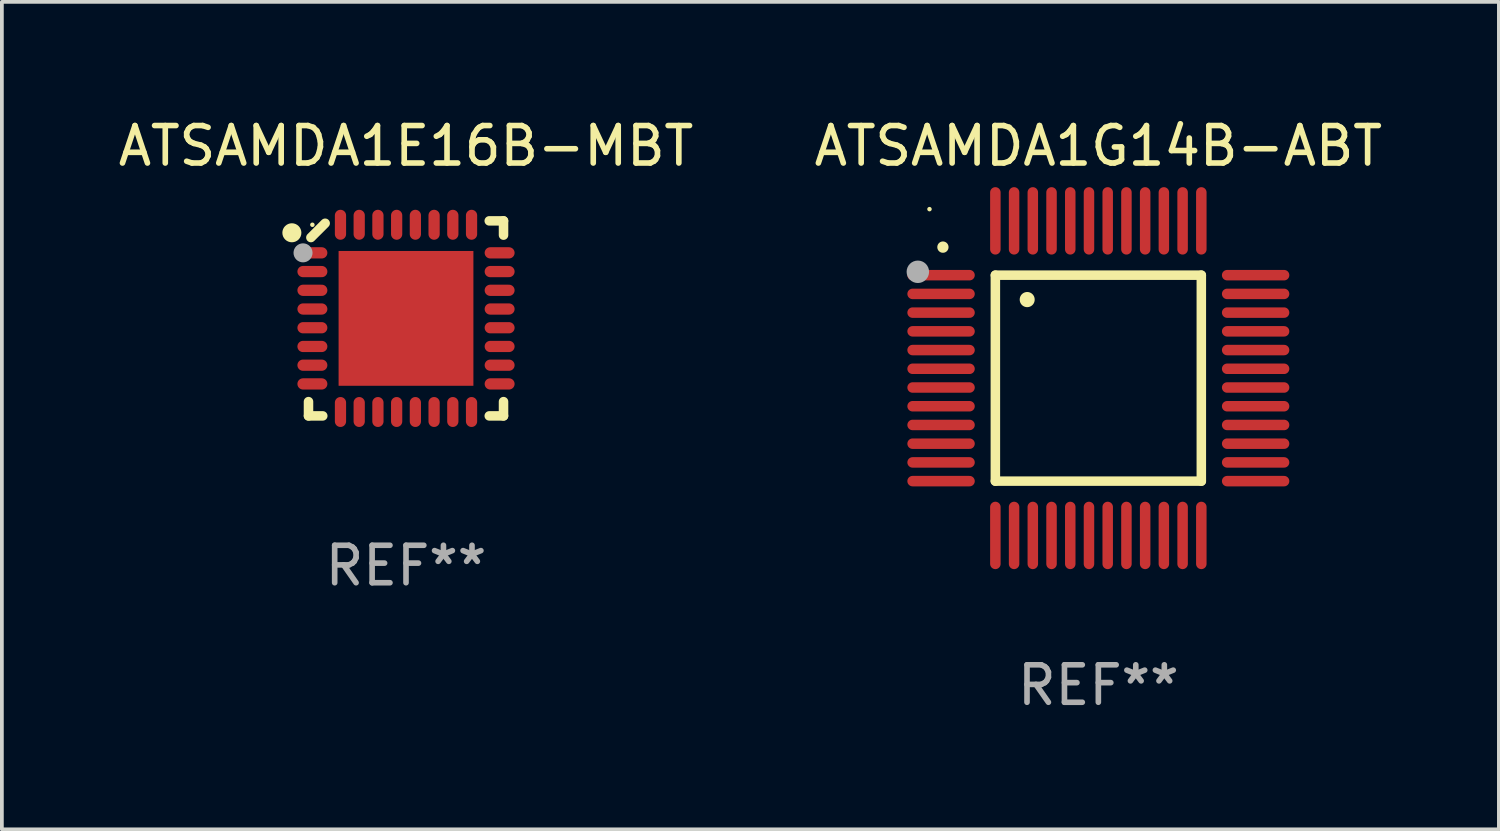
<source format=kicad_pcb>
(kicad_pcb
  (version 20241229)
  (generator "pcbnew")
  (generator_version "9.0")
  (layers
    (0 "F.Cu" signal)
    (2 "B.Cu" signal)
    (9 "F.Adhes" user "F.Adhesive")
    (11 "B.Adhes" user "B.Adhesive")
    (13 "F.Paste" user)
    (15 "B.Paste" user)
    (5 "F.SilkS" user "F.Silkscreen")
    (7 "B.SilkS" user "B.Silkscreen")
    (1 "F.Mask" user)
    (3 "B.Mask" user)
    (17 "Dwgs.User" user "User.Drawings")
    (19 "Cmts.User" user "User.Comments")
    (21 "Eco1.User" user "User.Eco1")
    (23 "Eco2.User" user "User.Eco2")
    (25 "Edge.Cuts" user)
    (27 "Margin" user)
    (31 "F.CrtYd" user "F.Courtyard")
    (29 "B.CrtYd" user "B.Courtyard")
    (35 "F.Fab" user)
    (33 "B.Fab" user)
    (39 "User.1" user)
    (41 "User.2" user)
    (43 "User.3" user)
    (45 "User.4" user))
  (footprint "ATSAMDA1G14B-ABT"
    (layer "F.Cu")
    (at 26.28 7.048)
    (property "Reference" "ATSAMDA1G14B-ABT" (at 0 -6.2 0) (layer "F.SilkS") (effects (font (size 1 1) (thickness 0.15))))
    (attr through_hole)
    (fp_line (start -2.75 -2.75) (end 2.75 -2.75) (stroke (width 0.254) (type solid)) (layer "F.SilkS"))
    (fp_line (start -2.75 2.75) (end -2.75 -2.75) (stroke (width 0.254) (type solid)) (layer "F.SilkS"))
    (fp_line (start 2.75 -2.75) (end 2.75 2.75) (stroke (width 0.254) (type solid)) (layer "F.SilkS"))
    (fp_line (start 2.75 2.75) (end -2.75 2.75) (stroke (width 0.254) (type solid)) (layer "F.SilkS"))
    (fp_arc (start -4.150368 -3.497587) (mid -4.150373 -3.498857) (end -4.150368 -3.500127) (stroke (width 0.3) (type solid)) (layer "F.SilkS"))
    (fp_arc (start -1.899924 -2.095504) (mid -1.89994 -2.098044) (end -1.899924 -2.100584) (stroke (width 0.4) (type solid)) (layer "F.SilkS"))
    (fp_circle (center -4.509 -4.513) (end -4.479 -4.513) (stroke (width 0.06) (type solid)) (fill no) (layer "F.SilkS"))
    (fp_circle (center -4.82 -2.84) (end -4.67 -2.84) (stroke (width 0.3) (type solid)) (fill no) (layer "F.Fab"))
    (fp_text user "REF**" (at 0 8.2 0) (layer "F.Fab") (effects (font (size 1 1) (thickness 0.15))))
    (pad "1" smd oval (at -4.2 -2.75 90) (size 0.28 1.8) (layers "F.Cu" "F.Mask" "F.Paste"))
    (pad "2" smd oval (at -4.2 -2.25 90) (size 0.28 1.8) (layers "F.Cu" "F.Mask" "F.Paste"))
    (pad "3" smd oval (at -4.2 -1.75 90) (size 0.28 1.8) (layers "F.Cu" "F.Mask" "F.Paste"))
    (pad "4" smd oval (at -4.2 -1.25 90) (size 0.28 1.8) (layers "F.Cu" "F.Mask" "F.Paste"))
    (pad "5" smd oval (at -4.2 -0.75 90) (size 0.28 1.8) (layers "F.Cu" "F.Mask" "F.Paste"))
    (pad "6" smd oval (at -4.2 -0.25 90) (size 0.28 1.8) (layers "F.Cu" "F.Mask" "F.Paste"))
    (pad "7" smd oval (at -4.2 0.25 90) (size 0.28 1.8) (layers "F.Cu" "F.Mask" "F.Paste"))
    (pad "8" smd oval (at -4.2 0.75 90) (size 0.28 1.8) (layers "F.Cu" "F.Mask" "F.Paste"))
    (pad "9" smd oval (at -4.2 1.25 90) (size 0.28 1.8) (layers "F.Cu" "F.Mask" "F.Paste"))
    (pad "10" smd oval (at -4.2 1.75 90) (size 0.28 1.8) (layers "F.Cu" "F.Mask" "F.Paste"))
    (pad "11" smd oval (at -4.2 2.25 90) (size 0.28 1.8) (layers "F.Cu" "F.Mask" "F.Paste"))
    (pad "12" smd oval (at -4.2 2.75 90) (size 0.28 1.8) (layers "F.Cu" "F.Mask" "F.Paste"))
    (pad "13" smd oval (at -2.75 4.2) (size 0.28 1.8) (layers "F.Cu" "F.Mask" "F.Paste"))
    (pad "14" smd oval (at -2.25 4.2) (size 0.28 1.8) (layers "F.Cu" "F.Mask" "F.Paste"))
    (pad "15" smd oval (at -1.75 4.2) (size 0.28 1.8) (layers "F.Cu" "F.Mask" "F.Paste"))
    (pad "16" smd oval (at -1.25 4.2) (size 0.28 1.8) (layers "F.Cu" "F.Mask" "F.Paste"))
    (pad "17" smd oval (at -0.75 4.2) (size 0.28 1.8) (layers "F.Cu" "F.Mask" "F.Paste"))
    (pad "18" smd oval (at -0.25 4.2) (size 0.28 1.8) (layers "F.Cu" "F.Mask" "F.Paste"))
    (pad "19" smd oval (at 0.25 4.2) (size 0.28 1.8) (layers "F.Cu" "F.Mask" "F.Paste"))
    (pad "20" smd oval (at 0.75 4.2) (size 0.28 1.8) (layers "F.Cu" "F.Mask" "F.Paste"))
    (pad "21" smd oval (at 1.25 4.2) (size 0.28 1.8) (layers "F.Cu" "F.Mask" "F.Paste"))
    (pad "22" smd oval (at 1.75 4.2) (size 0.28 1.8) (layers "F.Cu" "F.Mask" "F.Paste"))
    (pad "23" smd oval (at 2.25 4.2) (size 0.28 1.8) (layers "F.Cu" "F.Mask" "F.Paste"))
    (pad "24" smd oval (at 2.75 4.2) (size 0.28 1.8) (layers "F.Cu" "F.Mask" "F.Paste"))
    (pad "25" smd oval (at 4.2 2.75 90) (size 0.28 1.8) (layers "F.Cu" "F.Mask" "F.Paste"))
    (pad "26" smd oval (at 4.2 2.25 90) (size 0.28 1.8) (layers "F.Cu" "F.Mask" "F.Paste"))
    (pad "27" smd oval (at 4.2 1.75 90) (size 0.28 1.8) (layers "F.Cu" "F.Mask" "F.Paste"))
    (pad "28" smd oval (at 4.2 1.25 90) (size 0.28 1.8) (layers "F.Cu" "F.Mask" "F.Paste"))
    (pad "29" smd oval (at 4.2 0.75 90) (size 0.28 1.8) (layers "F.Cu" "F.Mask" "F.Paste"))
    (pad "30" smd oval (at 4.2 0.25 90) (size 0.28 1.8) (layers "F.Cu" "F.Mask" "F.Paste"))
    (pad "31" smd oval (at 4.2 -0.25 90) (size 0.28 1.8) (layers "F.Cu" "F.Mask" "F.Paste"))
    (pad "32" smd oval (at 4.2 -0.75 90) (size 0.28 1.8) (layers "F.Cu" "F.Mask" "F.Paste"))
    (pad "33" smd oval (at 4.2 -1.25 90) (size 0.28 1.8) (layers "F.Cu" "F.Mask" "F.Paste"))
    (pad "34" smd oval (at 4.2 -1.75 90) (size 0.28 1.8) (layers "F.Cu" "F.Mask" "F.Paste"))
    (pad "35" smd oval (at 4.2 -2.25 90) (size 0.28 1.8) (layers "F.Cu" "F.Mask" "F.Paste"))
    (pad "36" smd oval (at 4.2 -2.75 90) (size 0.28 1.8) (layers "F.Cu" "F.Mask" "F.Paste"))
    (pad "37" smd oval (at 2.75 -4.2) (size 0.28 1.8) (layers "F.Cu" "F.Mask" "F.Paste"))
    (pad "38" smd oval (at 2.25 -4.2) (size 0.28 1.8) (layers "F.Cu" "F.Mask" "F.Paste"))
    (pad "39" smd oval (at 1.75 -4.2) (size 0.28 1.8) (layers "F.Cu" "F.Mask" "F.Paste"))
    (pad "40" smd oval (at 1.25 -4.2) (size 0.28 1.8) (layers "F.Cu" "F.Mask" "F.Paste"))
    (pad "41" smd oval (at 0.75 -4.2) (size 0.28 1.8) (layers "F.Cu" "F.Mask" "F.Paste"))
    (pad "42" smd oval (at 0.25 -4.2) (size 0.28 1.8) (layers "F.Cu" "F.Mask" "F.Paste"))
    (pad "43" smd oval (at -0.25 -4.2) (size 0.28 1.8) (layers "F.Cu" "F.Mask" "F.Paste"))
    (pad "44" smd oval (at -0.75 -4.2) (size 0.28 1.8) (layers "F.Cu" "F.Mask" "F.Paste"))
    (pad "45" smd oval (at -1.25 -4.2) (size 0.28 1.8) (layers "F.Cu" "F.Mask" "F.Paste"))
    (pad "46" smd oval (at -1.75 -4.2) (size 0.28 1.8) (layers "F.Cu" "F.Mask" "F.Paste"))
    (pad "47" smd oval (at -2.25 -4.2) (size 0.28 1.8) (layers "F.Cu" "F.Mask" "F.Paste"))
    (pad "48" smd oval (at -2.75 -4.2) (size 0.28 1.8) (layers "F.Cu" "F.Mask" "F.Paste")))
  (footprint "ATSAMDA1E16B-MBT"
    (layer "F.Cu")
    (at 7.792 5.452)
    (property "Reference" "ATSAMDA1E16B-MBT" (at 0 -4.604 0) (layer "F.SilkS") (effects (font (size 1 1) (thickness 0.15))))
    (attr through_hole)
    (fp_line (start -2.604 2.223) (end -2.604 2.604) (stroke (width 0.254) (type solid)) (layer "F.SilkS"))
    (fp_line (start -2.604 2.604) (end -2.223 2.604) (stroke (width 0.254) (type solid)) (layer "F.SilkS"))
    (fp_line (start -2.159 -2.54) (end -2.54 -2.159) (stroke (width 0.254) (type solid)) (layer "F.SilkS"))
    (fp_line (start 2.223 2.604) (end 2.604 2.604) (stroke (width 0.254) (type solid)) (layer "F.SilkS"))
    (fp_line (start 2.604 -2.604) (end 2.223 -2.604) (stroke (width 0.254) (type solid)) (layer "F.SilkS"))
    (fp_line (start 2.604 -2.223) (end 2.604 -2.604) (stroke (width 0.254) (type solid)) (layer "F.SilkS"))
    (fp_line (start 2.604 2.604) (end 2.604 2.223) (stroke (width 0.254) (type solid)) (layer "F.SilkS"))
    (fp_circle (center -3.048 -2.286) (end -2.921 -2.286) (stroke (width 0.254) (type solid)) (fill no) (layer "F.SilkS"))
    (fp_circle (center -2.5 -2.5) (end -2.47 -2.5) (stroke (width 0.06) (type solid)) (fill no) (layer "F.SilkS"))
    (fp_circle (center -2.75 -1.75) (end -2.623 -1.75) (stroke (width 0.254) (type solid)) (fill no) (layer "F.Fab"))
    (fp_text user "REF**" (at 0 6.604 0) (layer "F.Fab") (effects (font (size 1 1) (thickness 0.15))))
    (pad "1" smd oval (at -2.5 -1.75) (size 0.8 0.3) (layers "F.Cu" "F.Mask" "F.Paste"))
    (pad "2" smd oval (at -2.5 -1.25) (size 0.8 0.3) (layers "F.Cu" "F.Mask" "F.Paste"))
    (pad "3" smd oval (at -2.5 -0.75) (size 0.8 0.3) (layers "F.Cu" "F.Mask" "F.Paste"))
    (pad "4" smd oval (at -2.5 -0.25) (size 0.8 0.3) (layers "F.Cu" "F.Mask" "F.Paste"))
    (pad "5" smd oval (at -2.5 0.25) (size 0.8 0.3) (layers "F.Cu" "F.Mask" "F.Paste"))
    (pad "6" smd oval (at -2.5 0.75) (size 0.8 0.3) (layers "F.Cu" "F.Mask" "F.Paste"))
    (pad "7" smd oval (at -2.5 1.25) (size 0.8 0.3) (layers "F.Cu" "F.Mask" "F.Paste"))
    (pad "8" smd oval (at -2.5 1.75) (size 0.8 0.3) (layers "F.Cu" "F.Mask" "F.Paste"))
    (pad "9" smd oval (at -1.75 2.5) (size 0.3 0.8) (layers "F.Cu" "F.Mask" "F.Paste"))
    (pad "10" smd oval (at -1.25 2.5) (size 0.3 0.8) (layers "F.Cu" "F.Mask" "F.Paste"))
    (pad "11" smd oval (at -0.75 2.5) (size 0.3 0.8) (layers "F.Cu" "F.Mask" "F.Paste"))
    (pad "12" smd oval (at -0.25 2.5) (size 0.3 0.8) (layers "F.Cu" "F.Mask" "F.Paste"))
    (pad "13" smd oval (at 0.25 2.5) (size 0.3 0.8) (layers "F.Cu" "F.Mask" "F.Paste"))
    (pad "14" smd oval (at 0.75 2.5) (size 0.3 0.8) (layers "F.Cu" "F.Mask" "F.Paste"))
    (pad "15" smd oval (at 1.25 2.5) (size 0.3 0.8) (layers "F.Cu" "F.Mask" "F.Paste"))
    (pad "16" smd oval (at 1.75 2.5) (size 0.3 0.8) (layers "F.Cu" "F.Mask" "F.Paste"))
    (pad "17" smd oval (at 2.5 1.75) (size 0.8 0.3) (layers "F.Cu" "F.Mask" "F.Paste"))
    (pad "18" smd oval (at 2.5 1.25) (size 0.8 0.3) (layers "F.Cu" "F.Mask" "F.Paste"))
    (pad "19" smd oval (at 2.5 0.75) (size 0.8 0.3) (layers "F.Cu" "F.Mask" "F.Paste"))
    (pad "20" smd oval (at 2.5 0.25) (size 0.8 0.3) (layers "F.Cu" "F.Mask" "F.Paste"))
    (pad "21" smd oval (at 2.5 -0.25) (size 0.8 0.3) (layers "F.Cu" "F.Mask" "F.Paste"))
    (pad "22" smd oval (at 2.5 -0.75) (size 0.8 0.3) (layers "F.Cu" "F.Mask" "F.Paste"))
    (pad "23" smd oval (at 2.5 -1.25) (size 0.8 0.3) (layers "F.Cu" "F.Mask" "F.Paste"))
    (pad "24" smd oval (at 2.5 -1.75) (size 0.8 0.3) (layers "F.Cu" "F.Mask" "F.Paste"))
    (pad "25" smd oval (at 1.75 -2.5) (size 0.3 0.8) (layers "F.Cu" "F.Mask" "F.Paste"))
    (pad "26" smd oval (at 1.25 -2.5) (size 0.3 0.8) (layers "F.Cu" "F.Mask" "F.Paste"))
    (pad "27" smd oval (at 0.75 -2.5) (size 0.3 0.8) (layers "F.Cu" "F.Mask" "F.Paste"))
    (pad "28" smd oval (at 0.25 -2.5) (size 0.3 0.8) (layers "F.Cu" "F.Mask" "F.Paste"))
    (pad "29" smd oval (at -0.25 -2.5) (size 0.3 0.8) (layers "F.Cu" "F.Mask" "F.Paste"))
    (pad "30" smd oval (at -0.75 -2.5) (size 0.3 0.8) (layers "F.Cu" "F.Mask" "F.Paste"))
    (pad "31" smd oval (at -1.25 -2.5) (size 0.3 0.8) (layers "F.Cu" "F.Mask" "F.Paste"))
    (pad "32" smd oval (at -1.75 -2.5) (size 0.3 0.8) (layers "F.Cu" "F.Mask" "F.Paste"))
    (pad "33" smd rect (at -0.000076 0) (size 3.6 3.6) (layers "F.Cu" "F.Mask" "F.Paste")))
  (gr_rect
    (start -3 -3)
    (end 36.976 19.097)
    (stroke (width 0.1) (type default))
    (fill no)
    (layer "Edge.Cuts")))
</source>
